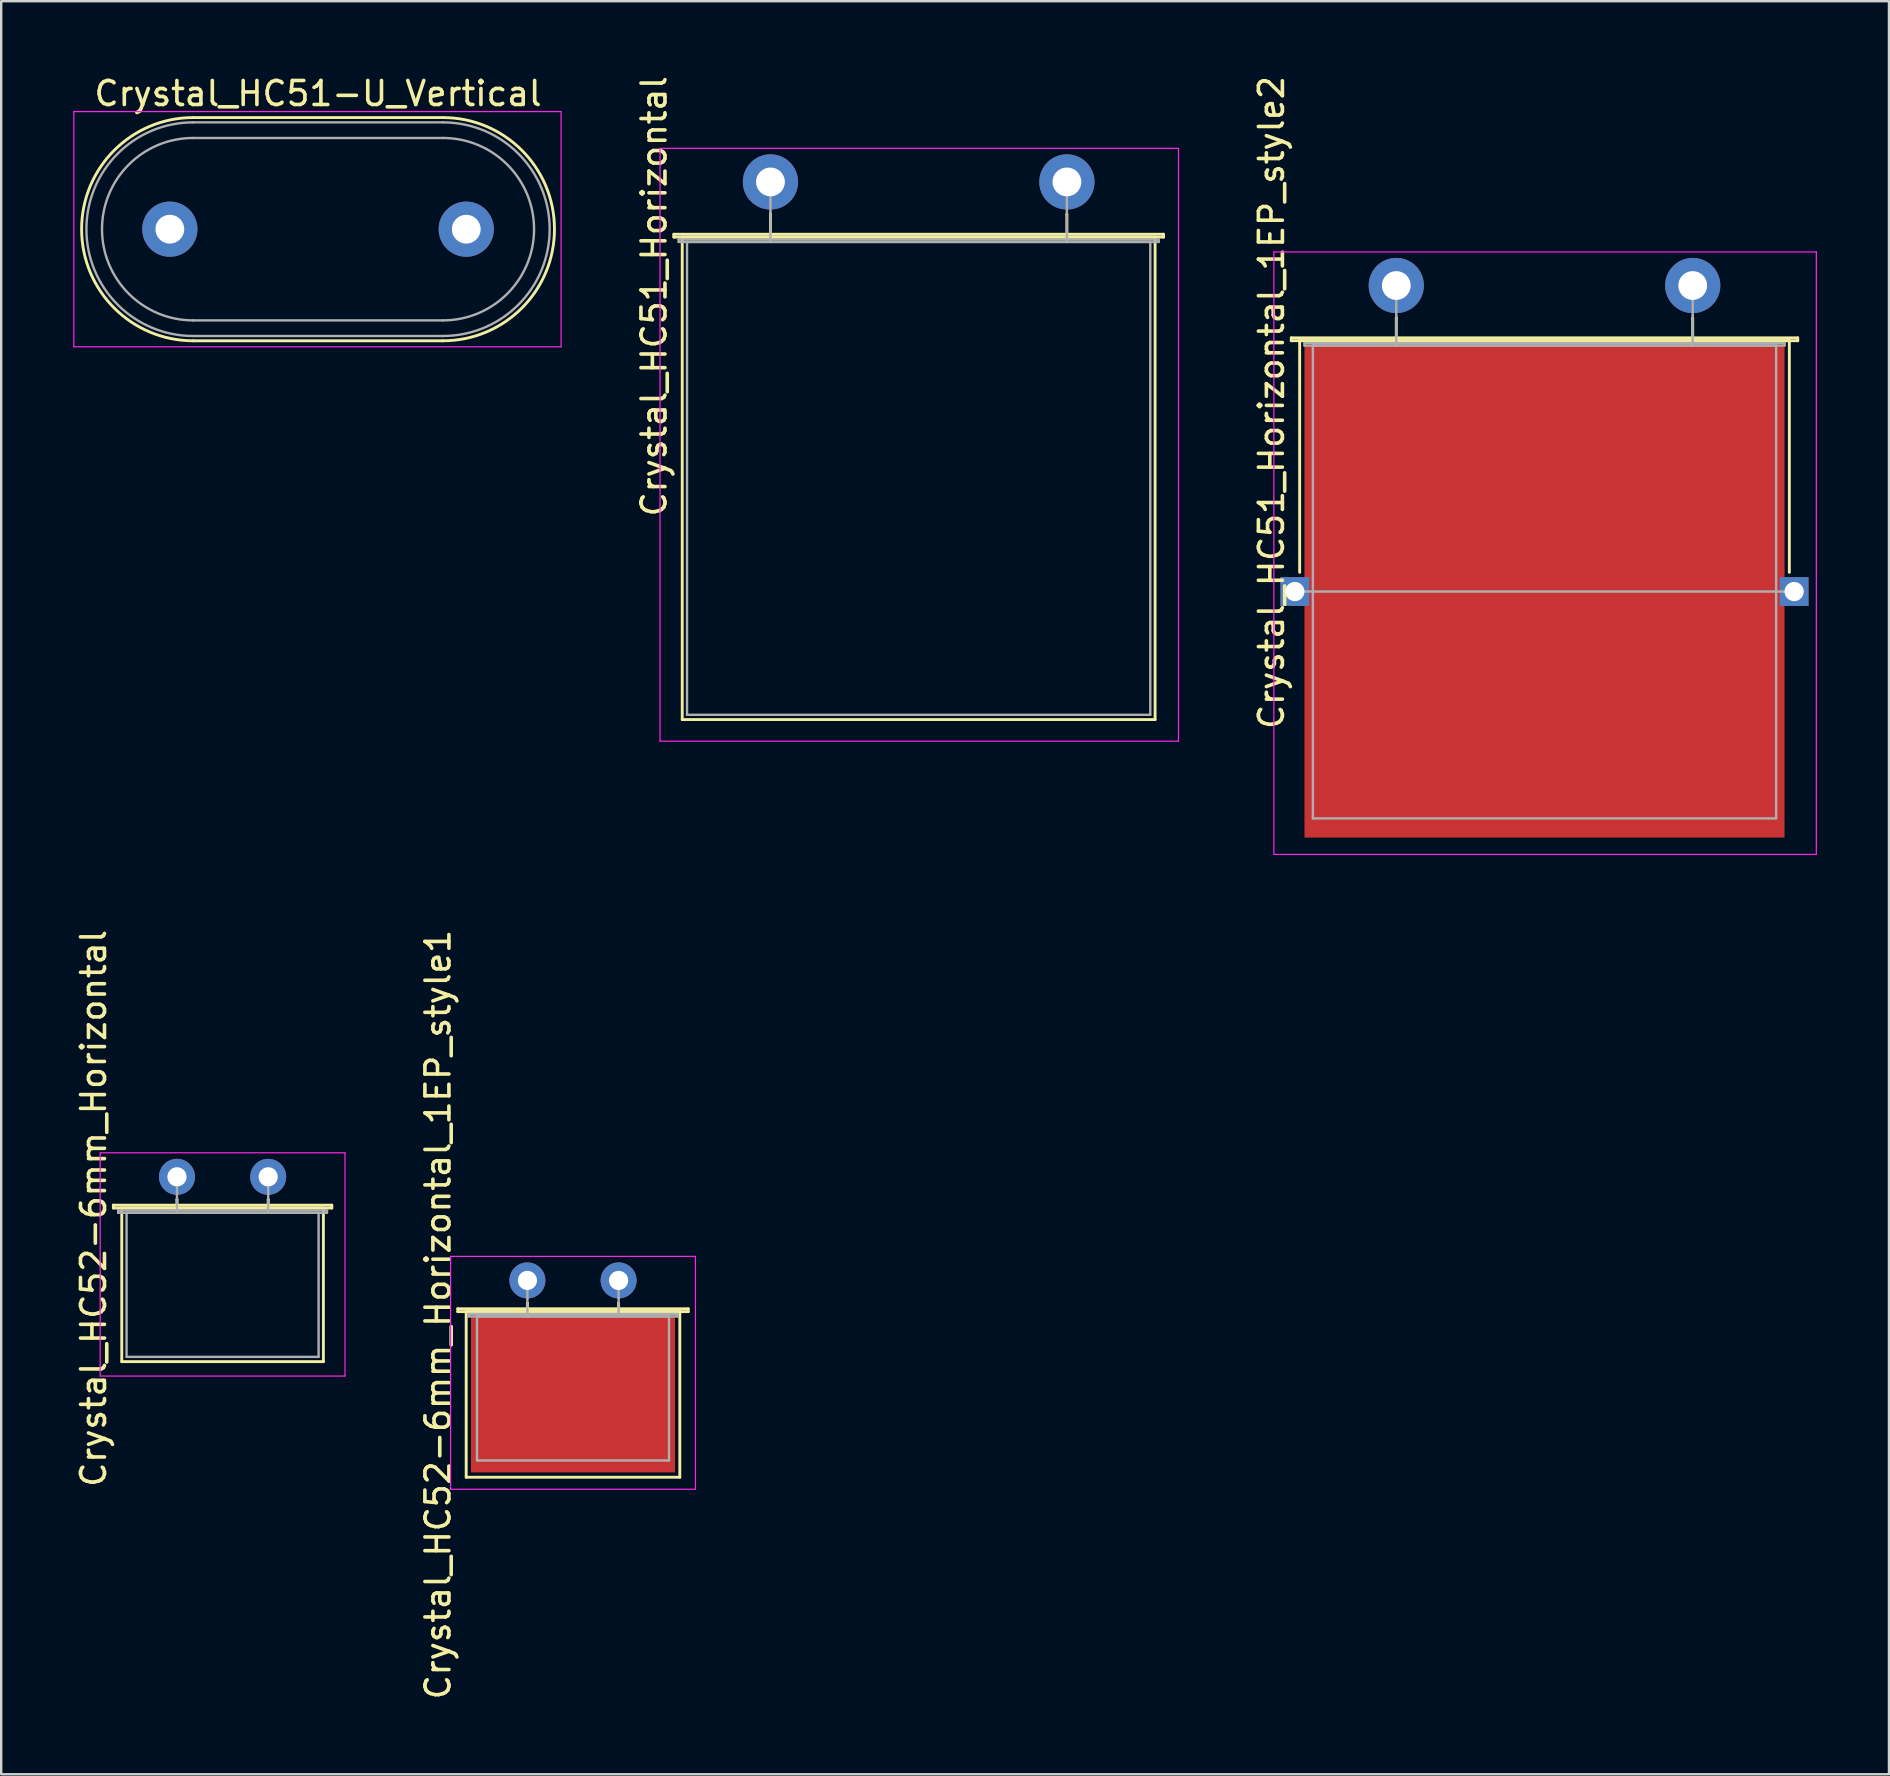
<source format=kicad_pcb>
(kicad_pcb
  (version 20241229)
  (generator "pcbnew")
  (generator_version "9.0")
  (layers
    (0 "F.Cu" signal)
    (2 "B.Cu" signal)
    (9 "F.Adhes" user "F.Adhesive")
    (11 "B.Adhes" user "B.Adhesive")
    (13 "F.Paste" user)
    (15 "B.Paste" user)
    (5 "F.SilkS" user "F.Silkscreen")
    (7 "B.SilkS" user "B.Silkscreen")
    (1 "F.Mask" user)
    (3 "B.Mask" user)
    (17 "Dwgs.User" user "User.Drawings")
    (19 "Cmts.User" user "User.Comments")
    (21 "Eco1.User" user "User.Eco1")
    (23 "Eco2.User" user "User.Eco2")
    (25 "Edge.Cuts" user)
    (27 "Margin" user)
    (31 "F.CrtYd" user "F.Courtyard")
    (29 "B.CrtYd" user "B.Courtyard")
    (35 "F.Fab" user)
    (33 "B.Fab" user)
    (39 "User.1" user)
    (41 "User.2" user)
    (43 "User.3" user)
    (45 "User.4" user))
  (footprint "Crystal_HC51-U_Vertical"
    (layer "F.Cu")
    (at 4.025 6.498)
    (property "Reference" "Crystal_HC51-U_Vertical" (at 6.175 -5.65 0) (layer "F.SilkS") (effects (font (size 1 1) (thickness 0.15))))
    (attr through_hole)
    (fp_line (start 0.975 -4.65) (end 11.375 -4.65) (stroke (width 0.12) (type solid)) (layer "F.SilkS"))
    (fp_line (start 0.975 4.65) (end 11.375 4.65) (stroke (width 0.12) (type solid)) (layer "F.SilkS"))
    (fp_arc (start 0.975 4.65) (mid -3.675 0) (end 0.975 -4.65) (stroke (width 0.12) (type solid)) (layer "F.SilkS"))
    (fp_arc (start 11.375 -4.65) (mid 16.025 0) (end 11.375 4.65) (stroke (width 0.12) (type solid)) (layer "F.SilkS"))
    (fp_line (start -4 -4.9) (end -4 4.9) (stroke (width 0.05) (type solid)) (layer "F.CrtYd"))
    (fp_line (start -4 4.9) (end 16.3 4.9) (stroke (width 0.05) (type solid)) (layer "F.CrtYd"))
    (fp_line (start 16.3 -4.9) (end -4 -4.9) (stroke (width 0.05) (type solid)) (layer "F.CrtYd"))
    (fp_line (start 16.3 4.9) (end 16.3 -4.9) (stroke (width 0.05) (type solid)) (layer "F.CrtYd"))
    (fp_line (start 0.975 -4.45) (end 11.375 -4.45) (stroke (width 0.1) (type solid)) (layer "F.Fab"))
    (fp_line (start 0.975 -3.8) (end 11.375 -3.8) (stroke (width 0.1) (type solid)) (layer "F.Fab"))
    (fp_line (start 0.975 3.8) (end 11.375 3.8) (stroke (width 0.1) (type solid)) (layer "F.Fab"))
    (fp_line (start 0.975 4.45) (end 11.375 4.45) (stroke (width 0.1) (type solid)) (layer "F.Fab"))
    (fp_arc (start 0.975 3.8) (mid -2.825 0) (end 0.975 -3.8) (stroke (width 0.1) (type solid)) (layer "F.Fab"))
    (fp_arc (start 0.975 4.45) (mid -3.475 0) (end 0.975 -4.45) (stroke (width 0.1) (type solid)) (layer "F.Fab"))
    (fp_arc (start 11.375 -4.45) (mid 15.825 0) (end 11.375 4.45) (stroke (width 0.1) (type solid)) (layer "F.Fab"))
    (fp_arc (start 11.375 -3.8) (mid 15.175 0) (end 11.375 3.8) (stroke (width 0.1) (type solid)) (layer "F.Fab"))
    (pad "1" thru_hole circle (at 0 0) (size 2.3 2.3) (drill 1.2) (layers "*.Cu" "*.Mask"))
    (pad "2" thru_hole circle (at 12.35 0) (size 2.3 2.3) (drill 1.2) (layers "*.Cu" "*.Mask")))
  (footprint "Crystal_HC51_Horizontal"
    (layer "F.Cu")
    (at 29.048 4.529)
    (property "Reference" "Crystal_HC51_Horizontal" (at -4.85 4.763 90) (layer "F.SilkS") (effects (font (size 1 1) (thickness 0.15))))
    (attr through_hole)
    (fp_line (start -4.025 2.18) (end 16.375 2.18) (stroke (width 0.12) (type solid)) (layer "F.SilkS"))
    (fp_line (start -4.025 2.3) (end -4.025 2.18) (stroke (width 0.12) (type solid)) (layer "F.SilkS"))
    (fp_line (start -3.675 2.3) (end -3.675 22.4) (stroke (width 0.12) (type solid)) (layer "F.SilkS"))
    (fp_line (start -3.675 22.4) (end 16.025 22.4) (stroke (width 0.12) (type solid)) (layer "F.SilkS"))
    (fp_line (start 0 1.35) (end 0 1.35) (stroke (width 0.12) (type solid)) (layer "F.SilkS"))
    (fp_line (start 0 2.3) (end 0 1.35) (stroke (width 0.12) (type solid)) (layer "F.SilkS"))
    (fp_line (start 12.35 1.35) (end 12.35 1.35) (stroke (width 0.12) (type solid)) (layer "F.SilkS"))
    (fp_line (start 12.35 2.3) (end 12.35 1.35) (stroke (width 0.12) (type solid)) (layer "F.SilkS"))
    (fp_line (start 16.025 2.3) (end -3.675 2.3) (stroke (width 0.12) (type solid)) (layer "F.SilkS"))
    (fp_line (start 16.025 22.4) (end 16.025 2.3) (stroke (width 0.12) (type solid)) (layer "F.SilkS"))
    (fp_line (start 16.375 2.18) (end 16.375 2.3) (stroke (width 0.12) (type solid)) (layer "F.SilkS"))
    (fp_line (start 16.375 2.3) (end -4.025 2.3) (stroke (width 0.12) (type solid)) (layer "F.SilkS"))
    (fp_line (start -4.6 -1.4) (end -4.6 23.3) (stroke (width 0.05) (type solid)) (layer "F.CrtYd"))
    (fp_line (start -4.6 23.3) (end 17 23.3) (stroke (width 0.05) (type solid)) (layer "F.CrtYd"))
    (fp_line (start 17 -1.4) (end -4.6 -1.4) (stroke (width 0.05) (type solid)) (layer "F.CrtYd"))
    (fp_line (start 17 23.3) (end 17 -1.4) (stroke (width 0.05) (type solid)) (layer "F.CrtYd"))
    (fp_line (start -3.825 2.4) (end 16.175 2.4) (stroke (width 0.1) (type solid)) (layer "F.Fab"))
    (fp_line (start -3.825 2.5) (end -3.825 2.4) (stroke (width 0.1) (type solid)) (layer "F.Fab"))
    (fp_line (start -3.475 2.5) (end -3.475 22.2) (stroke (width 0.1) (type solid)) (layer "F.Fab"))
    (fp_line (start -3.475 22.2) (end 15.825 22.2) (stroke (width 0.1) (type solid)) (layer "F.Fab"))
    (fp_line (start 0 1.25) (end 0 0) (stroke (width 0.1) (type solid)) (layer "F.Fab"))
    (fp_line (start 0 2.5) (end 0 1.25) (stroke (width 0.1) (type solid)) (layer "F.Fab"))
    (fp_line (start 12.35 1.25) (end 12.35 0) (stroke (width 0.1) (type solid)) (layer "F.Fab"))
    (fp_line (start 12.35 2.5) (end 12.35 1.25) (stroke (width 0.1) (type solid)) (layer "F.Fab"))
    (fp_line (start 15.825 2.5) (end -3.475 2.5) (stroke (width 0.1) (type solid)) (layer "F.Fab"))
    (fp_line (start 15.825 22.2) (end 15.825 2.5) (stroke (width 0.1) (type solid)) (layer "F.Fab"))
    (fp_line (start 16.175 2.4) (end 16.175 2.5) (stroke (width 0.1) (type solid)) (layer "F.Fab"))
    (fp_line (start 16.175 2.5) (end -3.825 2.5) (stroke (width 0.1) (type solid)) (layer "F.Fab"))
    (pad "1" thru_hole circle (at 0 0) (size 2.3 2.3) (drill 1.2) (layers "*.Cu" "*.Mask"))
    (pad "2" thru_hole circle (at 12.35 0) (size 2.3 2.3) (drill 1.2) (layers "*.Cu" "*.Mask")))
  (footprint "Crystal_HC51_Horizontal_1EP_style2"
    (layer "F.Cu")
    (at 55.121 8.845)
    (property "Reference" "Crystal_HC51_Horizontal_1EP_style2" (at -5.2 4.875 90) (layer "F.SilkS") (effects (font (size 1 1) (thickness 0.15))))
    (attr through_hole)
    (fp_line (start -4.375 2.18) (end 16.725 2.18) (stroke (width 0.12) (type solid)) (layer "F.SilkS"))
    (fp_line (start -4.375 2.3) (end -4.375 2.18) (stroke (width 0.12) (type solid)) (layer "F.SilkS"))
    (fp_line (start -4.025 2.3) (end 16.375 2.3) (stroke (width 0.12) (type solid)) (layer "F.SilkS"))
    (fp_line (start -4.025 11.95) (end -4.025 2.3) (stroke (width 0.12) (type solid)) (layer "F.SilkS"))
    (fp_line (start 0 1.35) (end 0 1.35) (stroke (width 0.12) (type solid)) (layer "F.SilkS"))
    (fp_line (start 0 2.3) (end 0 1.35) (stroke (width 0.12) (type solid)) (layer "F.SilkS"))
    (fp_line (start 12.35 1.35) (end 12.35 1.35) (stroke (width 0.12) (type solid)) (layer "F.SilkS"))
    (fp_line (start 12.35 2.3) (end 12.35 1.35) (stroke (width 0.12) (type solid)) (layer "F.SilkS"))
    (fp_line (start 16.375 2.3) (end 16.375 11.95) (stroke (width 0.12) (type solid)) (layer "F.SilkS"))
    (fp_line (start 16.725 2.18) (end 16.725 2.3) (stroke (width 0.12) (type solid)) (layer "F.SilkS"))
    (fp_line (start 16.725 2.3) (end -4.375 2.3) (stroke (width 0.12) (type solid)) (layer "F.SilkS"))
    (fp_line (start -5.1 -1.4) (end -5.1 23.7) (stroke (width 0.05) (type solid)) (layer "F.CrtYd"))
    (fp_line (start -5.1 23.7) (end 17.5 23.7) (stroke (width 0.05) (type solid)) (layer "F.CrtYd"))
    (fp_line (start 17.5 -1.4) (end -5.1 -1.4) (stroke (width 0.05) (type solid)) (layer "F.CrtYd"))
    (fp_line (start 17.5 23.7) (end 17.5 -1.4) (stroke (width 0.05) (type solid)) (layer "F.CrtYd"))
    (fp_line (start -4.225 12.75) (end 16.575 12.75) (stroke (width 0.1) (type solid)) (layer "F.Fab"))
    (fp_line (start -3.825 2.4) (end 16.175 2.4) (stroke (width 0.1) (type solid)) (layer "F.Fab"))
    (fp_line (start -3.825 2.5) (end -3.825 2.4) (stroke (width 0.1) (type solid)) (layer "F.Fab"))
    (fp_line (start -3.475 2.5) (end -3.475 22.2) (stroke (width 0.1) (type solid)) (layer "F.Fab"))
    (fp_line (start -3.475 22.2) (end 15.825 22.2) (stroke (width 0.1) (type solid)) (layer "F.Fab"))
    (fp_line (start 0 1.25) (end 0 0) (stroke (width 0.1) (type solid)) (layer "F.Fab"))
    (fp_line (start 0 2.5) (end 0 1.25) (stroke (width 0.1) (type solid)) (layer "F.Fab"))
    (fp_line (start 12.35 1.25) (end 12.35 0) (stroke (width 0.1) (type solid)) (layer "F.Fab"))
    (fp_line (start 12.35 2.5) (end 12.35 1.25) (stroke (width 0.1) (type solid)) (layer "F.Fab"))
    (fp_line (start 15.825 2.5) (end -3.475 2.5) (stroke (width 0.1) (type solid)) (layer "F.Fab"))
    (fp_line (start 15.825 22.2) (end 15.825 2.5) (stroke (width 0.1) (type solid)) (layer "F.Fab"))
    (fp_line (start 16.175 2.4) (end 16.175 2.5) (stroke (width 0.1) (type solid)) (layer "F.Fab"))
    (fp_line (start 16.175 2.5) (end -3.825 2.5) (stroke (width 0.1) (type solid)) (layer "F.Fab"))
    (pad "1" thru_hole circle (at 0 0) (size 2.3 2.3) (drill 1.2) (layers "*.Cu" "*.Mask"))
    (pad "2" thru_hole circle (at 12.35 0) (size 2.3 2.3) (drill 1.2) (layers "*.Cu" "*.Mask"))
    (pad "3" thru_hole rect (at -4.225 12.75) (size 1.2 1.2) (drill 0.8) (layers "*.Cu" "*.Mask"))
    (pad "3" smd rect (at 6.175 12.75) (size 20 20.5) (layers "F.Cu" "F.Mask"))
    (pad "3" thru_hole rect (at 16.575 12.75) (size 1.2 1.2) (drill 0.8) (layers "*.Cu" "*.Mask")))
  (footprint "Crystal_HC52-6mm_Horizontal"
    (layer "F.Cu")
    (at 4.323 45.978)
    (property "Reference" "Crystal_HC52-6mm_Horizontal" (at -3.475 1.312 90) (layer "F.SilkS") (effects (font (size 1 1) (thickness 0.15))))
    (attr through_hole)
    (fp_line (start -2.65 1.18) (end 6.45 1.18) (stroke (width 0.12) (type solid)) (layer "F.SilkS"))
    (fp_line (start -2.65 1.3) (end -2.65 1.18) (stroke (width 0.12) (type solid)) (layer "F.SilkS"))
    (fp_line (start -2.3 1.3) (end -2.3 7.7) (stroke (width 0.12) (type solid)) (layer "F.SilkS"))
    (fp_line (start -2.3 7.7) (end 6.1 7.7) (stroke (width 0.12) (type solid)) (layer "F.SilkS"))
    (fp_line (start 0 0.95) (end 0 0.95) (stroke (width 0.12) (type solid)) (layer "F.SilkS"))
    (fp_line (start 0 1.3) (end 0 0.95) (stroke (width 0.12) (type solid)) (layer "F.SilkS"))
    (fp_line (start 3.8 0.95) (end 3.8 0.95) (stroke (width 0.12) (type solid)) (layer "F.SilkS"))
    (fp_line (start 3.8 1.3) (end 3.8 0.95) (stroke (width 0.12) (type solid)) (layer "F.SilkS"))
    (fp_line (start 6.1 1.3) (end -2.3 1.3) (stroke (width 0.12) (type solid)) (layer "F.SilkS"))
    (fp_line (start 6.1 7.7) (end 6.1 1.3) (stroke (width 0.12) (type solid)) (layer "F.SilkS"))
    (fp_line (start 6.45 1.18) (end 6.45 1.3) (stroke (width 0.12) (type solid)) (layer "F.SilkS"))
    (fp_line (start 6.45 1.3) (end -2.65 1.3) (stroke (width 0.12) (type solid)) (layer "F.SilkS"))
    (fp_line (start -3.2 -1) (end -3.2 8.3) (stroke (width 0.05) (type solid)) (layer "F.CrtYd"))
    (fp_line (start -3.2 8.3) (end 7 8.3) (stroke (width 0.05) (type solid)) (layer "F.CrtYd"))
    (fp_line (start 7 -1) (end -3.2 -1) (stroke (width 0.05) (type solid)) (layer "F.CrtYd"))
    (fp_line (start 7 8.3) (end 7 -1) (stroke (width 0.05) (type solid)) (layer "F.CrtYd"))
    (fp_line (start -2.45 1.4) (end 6.25 1.4) (stroke (width 0.1) (type solid)) (layer "F.Fab"))
    (fp_line (start -2.45 1.5) (end -2.45 1.4) (stroke (width 0.1) (type solid)) (layer "F.Fab"))
    (fp_line (start -2.1 1.5) (end -2.1 7.5) (stroke (width 0.1) (type solid)) (layer "F.Fab"))
    (fp_line (start -2.1 7.5) (end 5.9 7.5) (stroke (width 0.1) (type solid)) (layer "F.Fab"))
    (fp_line (start 0 0.75) (end 0 0) (stroke (width 0.1) (type solid)) (layer "F.Fab"))
    (fp_line (start 0 1.5) (end 0 0.75) (stroke (width 0.1) (type solid)) (layer "F.Fab"))
    (fp_line (start 3.8 0.75) (end 3.8 0) (stroke (width 0.1) (type solid)) (layer "F.Fab"))
    (fp_line (start 3.8 1.5) (end 3.8 0.75) (stroke (width 0.1) (type solid)) (layer "F.Fab"))
    (fp_line (start 5.9 1.5) (end -2.1 1.5) (stroke (width 0.1) (type solid)) (layer "F.Fab"))
    (fp_line (start 5.9 7.5) (end 5.9 1.5) (stroke (width 0.1) (type solid)) (layer "F.Fab"))
    (fp_line (start 6.25 1.4) (end 6.25 1.5) (stroke (width 0.1) (type solid)) (layer "F.Fab"))
    (fp_line (start 6.25 1.5) (end -2.45 1.5) (stroke (width 0.1) (type solid)) (layer "F.Fab"))
    (pad "1" thru_hole circle (at 0 0) (size 1.5 1.5) (drill 0.8) (layers "*.Cu" "*.Mask"))
    (pad "2" thru_hole circle (at 3.8 0) (size 1.5 1.5) (drill 0.8) (layers "*.Cu" "*.Mask")))
  (footprint "Crystal_HC52-6mm_Horizontal_1EP_style1"
    (layer "F.Cu")
    (at 18.922 50.294)
    (property "Reference" "Crystal_HC52-6mm_Horizontal_1EP_style1" (at -3.725 1.425 90) (layer "F.SilkS") (effects (font (size 1 1) (thickness 0.15))))
    (attr through_hole)
    (fp_line (start -2.9 1.18) (end 6.7 1.18) (stroke (width 0.12) (type solid)) (layer "F.SilkS"))
    (fp_line (start -2.9 1.3) (end -2.9 1.18) (stroke (width 0.12) (type solid)) (layer "F.SilkS"))
    (fp_line (start -2.55 1.3) (end -2.55 8.2) (stroke (width 0.12) (type solid)) (layer "F.SilkS"))
    (fp_line (start -2.55 8.2) (end 6.35 8.2) (stroke (width 0.12) (type solid)) (layer "F.SilkS"))
    (fp_line (start 0 0.95) (end 0 0.95) (stroke (width 0.12) (type solid)) (layer "F.SilkS"))
    (fp_line (start 0 1.3) (end 0 0.95) (stroke (width 0.12) (type solid)) (layer "F.SilkS"))
    (fp_line (start 3.8 0.95) (end 3.8 0.95) (stroke (width 0.12) (type solid)) (layer "F.SilkS"))
    (fp_line (start 3.8 1.3) (end 3.8 0.95) (stroke (width 0.12) (type solid)) (layer "F.SilkS"))
    (fp_line (start 6.35 1.3) (end -2.55 1.3) (stroke (width 0.12) (type solid)) (layer "F.SilkS"))
    (fp_line (start 6.35 8.2) (end 6.35 1.3) (stroke (width 0.12) (type solid)) (layer "F.SilkS"))
    (fp_line (start 6.7 1.18) (end 6.7 1.3) (stroke (width 0.12) (type solid)) (layer "F.SilkS"))
    (fp_line (start 6.7 1.3) (end -2.9 1.3) (stroke (width 0.12) (type solid)) (layer "F.SilkS"))
    (fp_line (start -3.2 -1) (end -3.2 8.7) (stroke (width 0.05) (type solid)) (layer "F.CrtYd"))
    (fp_line (start -3.2 8.7) (end 7 8.7) (stroke (width 0.05) (type solid)) (layer "F.CrtYd"))
    (fp_line (start 7 -1) (end -3.2 -1) (stroke (width 0.05) (type solid)) (layer "F.CrtYd"))
    (fp_line (start 7 8.7) (end 7 -1) (stroke (width 0.05) (type solid)) (layer "F.CrtYd"))
    (fp_line (start -2.45 1.4) (end 6.25 1.4) (stroke (width 0.1) (type solid)) (layer "F.Fab"))
    (fp_line (start -2.45 1.5) (end -2.45 1.4) (stroke (width 0.1) (type solid)) (layer "F.Fab"))
    (fp_line (start -2.1 1.5) (end -2.1 7.5) (stroke (width 0.1) (type solid)) (layer "F.Fab"))
    (fp_line (start -2.1 7.5) (end 5.9 7.5) (stroke (width 0.1) (type solid)) (layer "F.Fab"))
    (fp_line (start 0 0.75) (end 0 0) (stroke (width 0.1) (type solid)) (layer "F.Fab"))
    (fp_line (start 0 1.5) (end 0 0.75) (stroke (width 0.1) (type solid)) (layer "F.Fab"))
    (fp_line (start 3.8 0.75) (end 3.8 0) (stroke (width 0.1) (type solid)) (layer "F.Fab"))
    (fp_line (start 3.8 1.5) (end 3.8 0.75) (stroke (width 0.1) (type solid)) (layer "F.Fab"))
    (fp_line (start 5.9 1.5) (end -2.1 1.5) (stroke (width 0.1) (type solid)) (layer "F.Fab"))
    (fp_line (start 5.9 7.5) (end 5.9 1.5) (stroke (width 0.1) (type solid)) (layer "F.Fab"))
    (fp_line (start 6.25 1.4) (end 6.25 1.5) (stroke (width 0.1) (type solid)) (layer "F.Fab"))
    (fp_line (start 6.25 1.5) (end -2.45 1.5) (stroke (width 0.1) (type solid)) (layer "F.Fab"))
    (pad "1" thru_hole circle (at 0 0) (size 1.5 1.5) (drill 0.8) (layers "*.Cu" "*.Mask"))
    (pad "2" thru_hole circle (at 3.8 0) (size 1.5 1.5) (drill 0.8) (layers "*.Cu" "*.Mask"))
    (pad "3" smd rect (at 1.9 4.75) (size 8.5 6.5) (layers "F.Cu" "F.Mask")))
  (gr_rect
    (start -3 -3)
    (end 75.647 70.868)
    (stroke (width 0.1) (type default))
    (fill no)
    (layer "Edge.Cuts")))
</source>
